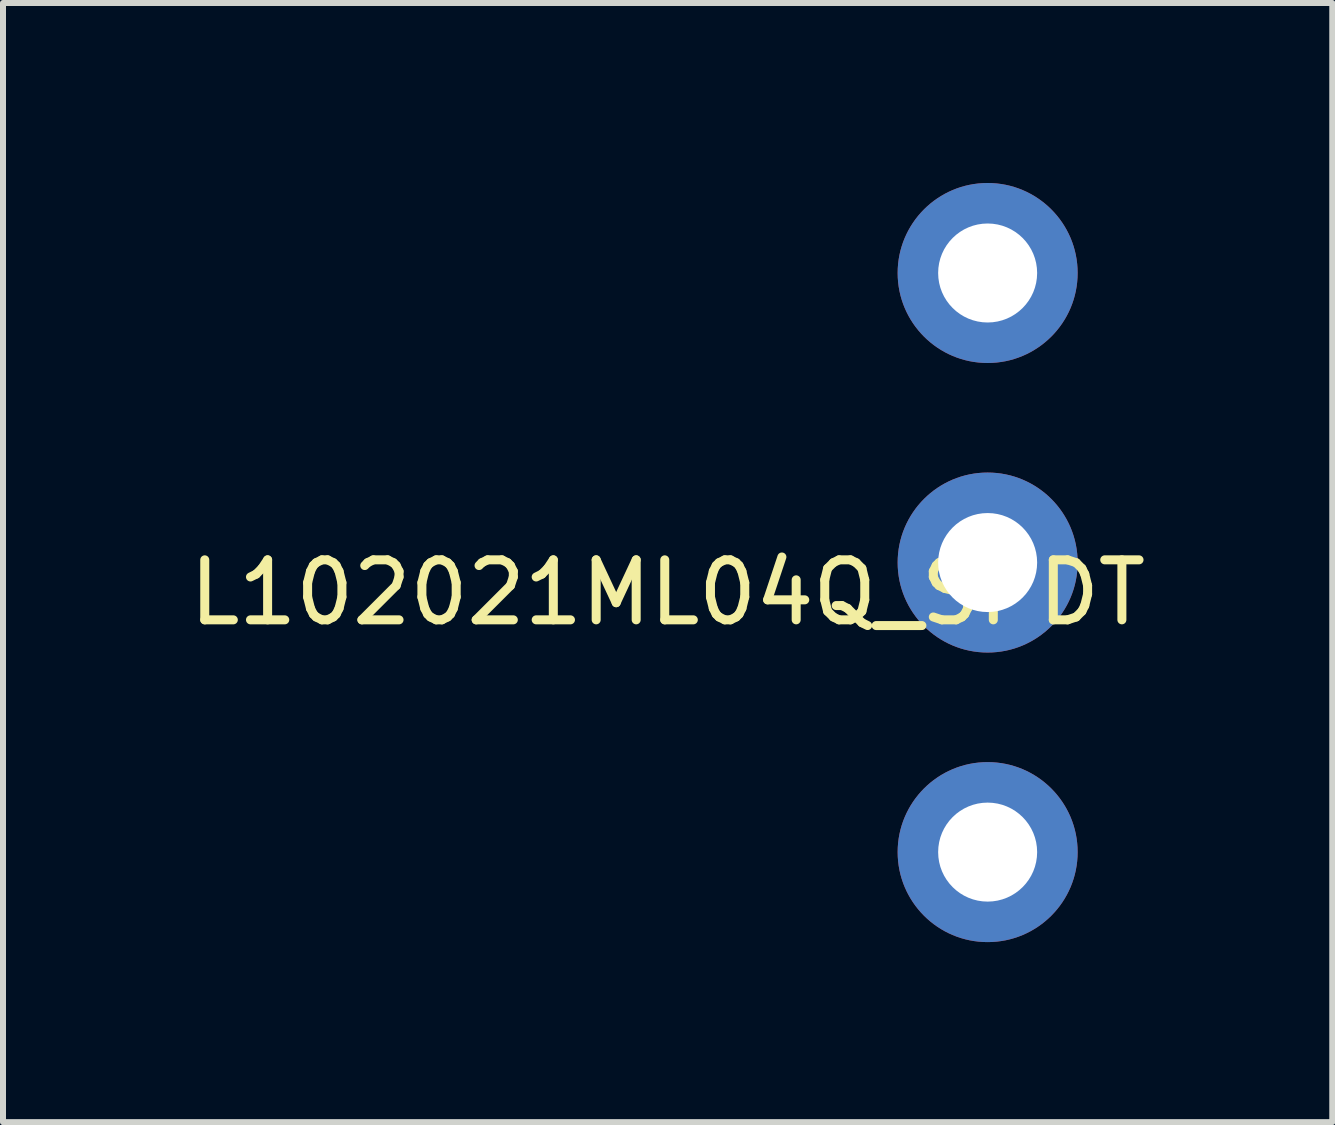
<source format=kicad_pcb>
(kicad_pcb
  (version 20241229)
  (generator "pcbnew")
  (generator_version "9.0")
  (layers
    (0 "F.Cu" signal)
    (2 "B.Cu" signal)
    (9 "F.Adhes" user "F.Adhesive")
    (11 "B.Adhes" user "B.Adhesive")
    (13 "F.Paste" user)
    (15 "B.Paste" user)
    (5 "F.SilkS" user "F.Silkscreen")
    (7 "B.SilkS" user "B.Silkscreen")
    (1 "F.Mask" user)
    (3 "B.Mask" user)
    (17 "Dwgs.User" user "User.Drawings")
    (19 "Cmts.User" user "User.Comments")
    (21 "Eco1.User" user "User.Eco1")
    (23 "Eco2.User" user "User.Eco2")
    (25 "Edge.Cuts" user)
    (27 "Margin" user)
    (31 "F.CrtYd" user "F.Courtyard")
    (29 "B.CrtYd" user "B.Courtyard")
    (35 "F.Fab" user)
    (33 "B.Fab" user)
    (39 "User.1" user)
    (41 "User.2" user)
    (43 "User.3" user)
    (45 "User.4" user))
  (footprint "L102021ML04Q_SPDT"
    (layer "F.Cu")
    (at 8.077 6.326)
    (property "Reference" "L102021ML04Q_SPDT" (at 0 0.5 0) (layer "F.SilkS") (effects (font (size 1 1) (thickness 0.15))))
    (attr through_hole)
    (pad "1" thru_hole circle (at 5.334 -4.826) (size 3 3) (drill 1.65) (layers "*.Cu" "*.Mask"))
    (pad "2" thru_hole circle (at 5.334 0) (size 3 3) (drill 1.65) (layers "*.Cu" "*.Mask"))
    (pad "3" thru_hole circle (at 5.334 4.826) (size 3 3) (drill 1.65) (layers "*.Cu" "*.Mask")))
  (gr_rect
    (start -3 -3)
    (end 19.155 15.652)
    (stroke (width 0.1) (type default))
    (fill no)
    (layer "Edge.Cuts")))
</source>
